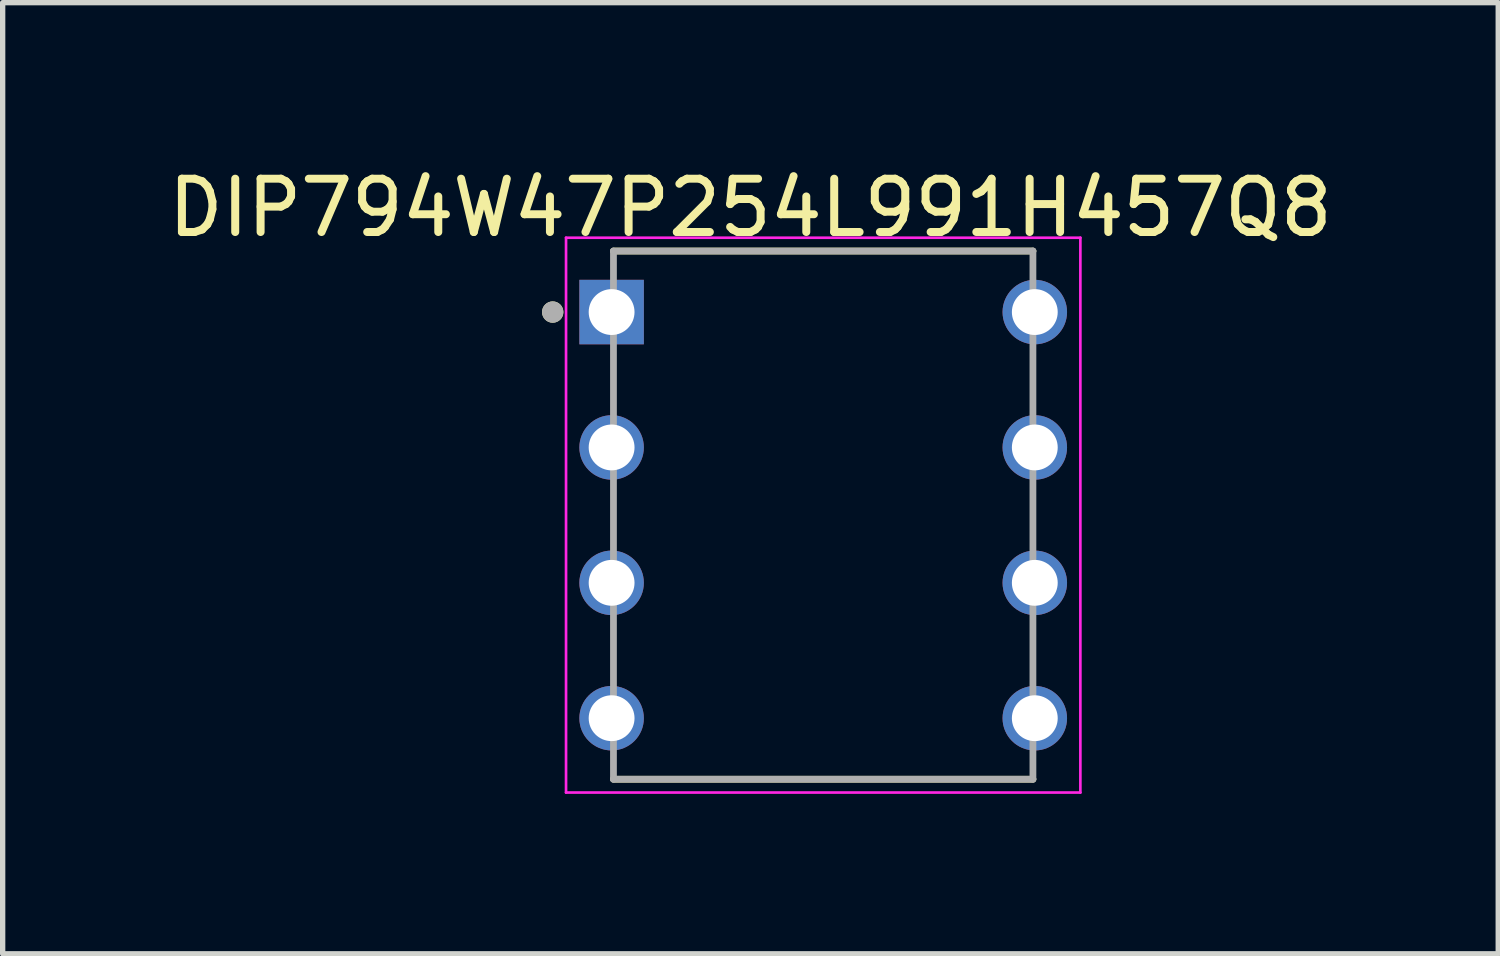
<source format=kicad_pcb>
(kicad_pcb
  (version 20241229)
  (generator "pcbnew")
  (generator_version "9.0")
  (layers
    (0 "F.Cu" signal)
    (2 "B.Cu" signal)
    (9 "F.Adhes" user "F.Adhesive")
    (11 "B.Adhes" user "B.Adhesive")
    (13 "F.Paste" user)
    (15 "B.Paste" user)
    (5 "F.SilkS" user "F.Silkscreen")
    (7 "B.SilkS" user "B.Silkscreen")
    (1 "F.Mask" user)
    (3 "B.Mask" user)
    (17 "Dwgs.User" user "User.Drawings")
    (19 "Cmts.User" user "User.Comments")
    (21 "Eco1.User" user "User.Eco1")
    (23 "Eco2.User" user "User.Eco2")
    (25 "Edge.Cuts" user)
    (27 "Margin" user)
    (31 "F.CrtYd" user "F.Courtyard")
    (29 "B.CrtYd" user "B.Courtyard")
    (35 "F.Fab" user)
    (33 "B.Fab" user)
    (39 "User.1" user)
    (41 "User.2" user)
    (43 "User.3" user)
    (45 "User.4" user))
  (footprint "DIP794W47P254L991H457Q8"
    (layer "F.Cu")
    (at 12.395 6.615)
    (property "Reference" "DIP794W47P254L991H457Q8" (at -1.365 -5.767 0) (layer "F.SilkS") (effects (font (size 1 1) (thickness 0.15))))
    (attr through_hole)
    (fp_line (start -3.935 -4.955) (end 3.935 -4.955) (stroke (width 0.127) (type solid)) (layer "F.SilkS"))
    (fp_line (start -3.935 4.955) (end 3.935 4.955) (stroke (width 0.127) (type solid)) (layer "F.SilkS"))
    (fp_circle (center -5.075 -3.81) (end -4.975 -3.81) (stroke (width 0.2) (type solid)) (fill no) (layer "F.SilkS"))
    (fp_line (start -4.825 -5.205) (end -4.825 5.205) (stroke (width 0.05) (type solid)) (layer "F.CrtYd"))
    (fp_line (start 4.825 -5.205) (end -4.825 -5.205) (stroke (width 0.05) (type solid)) (layer "F.CrtYd"))
    (fp_line (start 4.825 -5.205) (end 4.825 5.205) (stroke (width 0.05) (type solid)) (layer "F.CrtYd"))
    (fp_line (start 4.825 5.205) (end -4.825 5.205) (stroke (width 0.05) (type solid)) (layer "F.CrtYd"))
    (fp_line (start -3.935 -4.955) (end -3.935 4.955) (stroke (width 0.127) (type solid)) (layer "F.Fab"))
    (fp_line (start -3.935 -4.955) (end 3.935 -4.955) (stroke (width 0.127) (type solid)) (layer "F.Fab"))
    (fp_line (start -3.935 4.955) (end 3.935 4.955) (stroke (width 0.127) (type solid)) (layer "F.Fab"))
    (fp_line (start 3.935 -4.955) (end 3.935 4.955) (stroke (width 0.127) (type solid)) (layer "F.Fab"))
    (fp_circle (center -5.075 -3.81) (end -4.975 -3.81) (stroke (width 0.2) (type solid)) (fill no) (layer "F.Fab"))
    (pad "1" thru_hole rect (at -3.97 -3.81) (size 1.21 1.21) (drill 0.86) (layers "*.Cu" "*.Mask"))
    (pad "2" thru_hole circle (at -3.97 -1.27) (size 1.21 1.21) (drill 0.86) (layers "*.Cu" "*.Mask"))
    (pad "3" thru_hole circle (at -3.97 1.27) (size 1.21 1.21) (drill 0.86) (layers "*.Cu" "*.Mask"))
    (pad "4" thru_hole circle (at -3.97 3.81) (size 1.21 1.21) (drill 0.86) (layers "*.Cu" "*.Mask"))
    (pad "5" thru_hole circle (at 3.97 3.81) (size 1.21 1.21) (drill 0.86) (layers "*.Cu" "*.Mask"))
    (pad "6" thru_hole circle (at 3.97 1.27) (size 1.21 1.21) (drill 0.86) (layers "*.Cu" "*.Mask"))
    (pad "7" thru_hole circle (at 3.97 -1.27) (size 1.21 1.21) (drill 0.86) (layers "*.Cu" "*.Mask"))
    (pad "8" thru_hole circle (at 3.97 -3.81) (size 1.21 1.21) (drill 0.86) (layers "*.Cu" "*.Mask")))
  (gr_rect
    (start -3 -3)
    (end 25.06 14.845)
    (stroke (width 0.1) (type default))
    (fill no)
    (layer "Edge.Cuts")))
</source>
